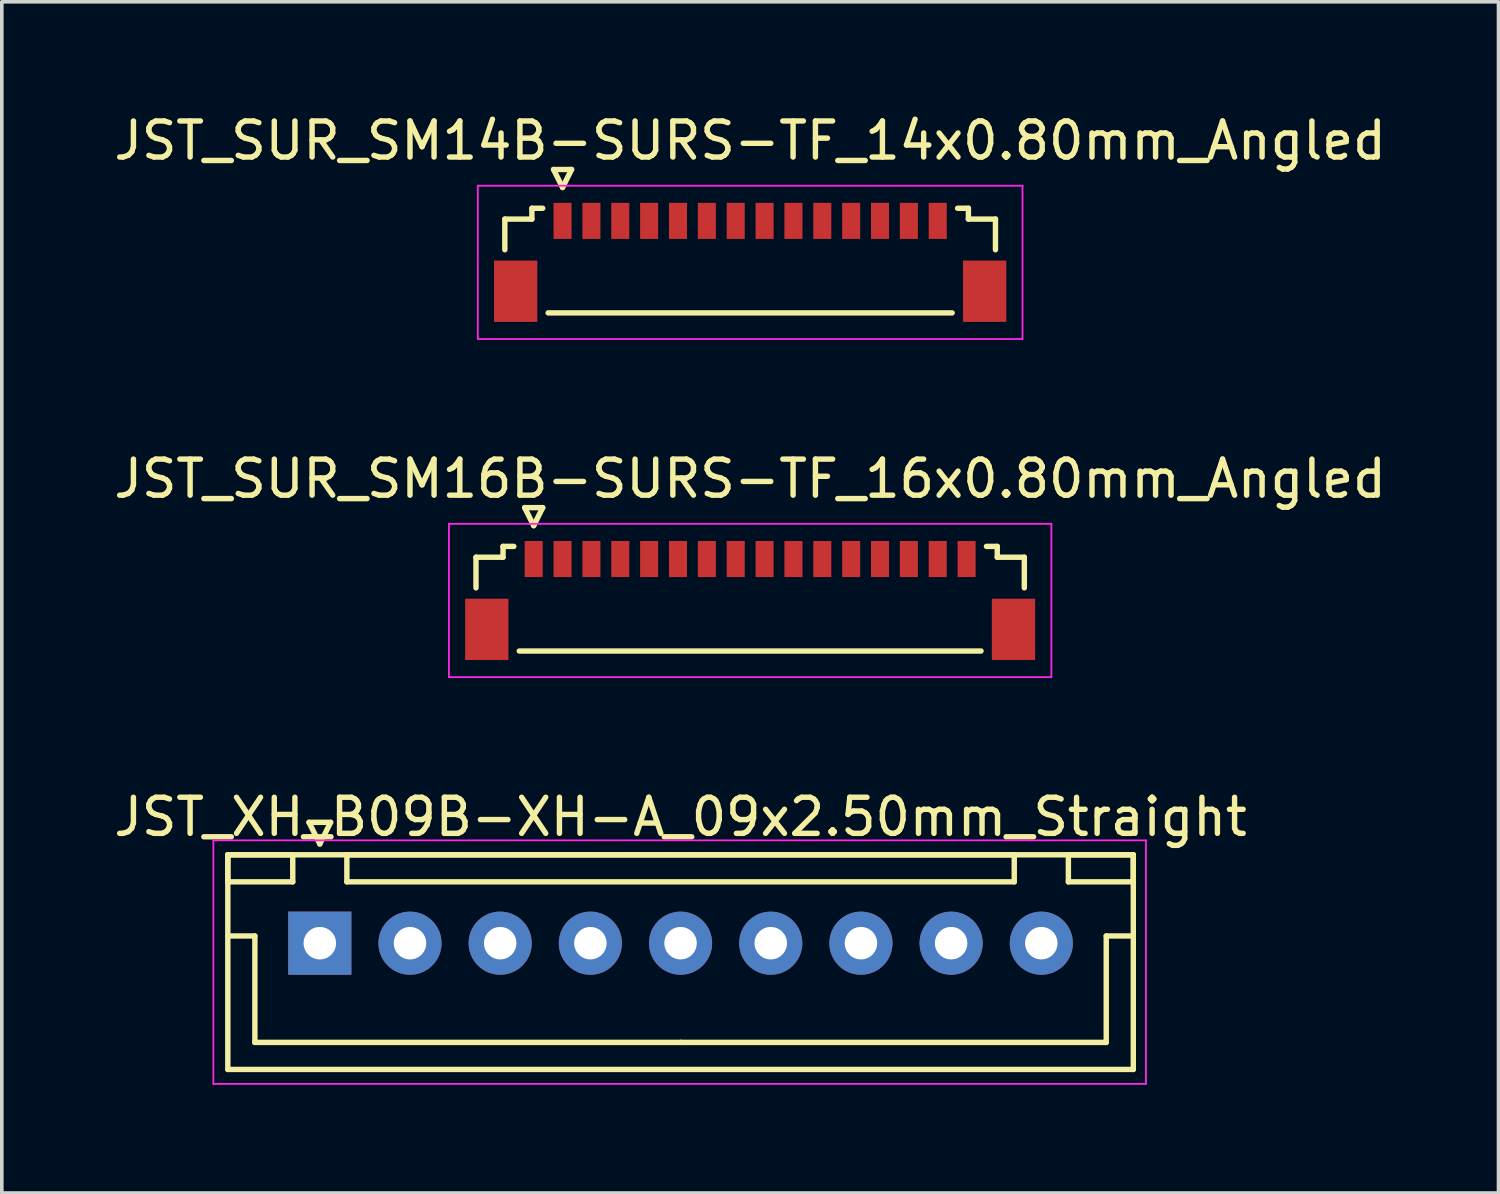
<source format=kicad_pcb>
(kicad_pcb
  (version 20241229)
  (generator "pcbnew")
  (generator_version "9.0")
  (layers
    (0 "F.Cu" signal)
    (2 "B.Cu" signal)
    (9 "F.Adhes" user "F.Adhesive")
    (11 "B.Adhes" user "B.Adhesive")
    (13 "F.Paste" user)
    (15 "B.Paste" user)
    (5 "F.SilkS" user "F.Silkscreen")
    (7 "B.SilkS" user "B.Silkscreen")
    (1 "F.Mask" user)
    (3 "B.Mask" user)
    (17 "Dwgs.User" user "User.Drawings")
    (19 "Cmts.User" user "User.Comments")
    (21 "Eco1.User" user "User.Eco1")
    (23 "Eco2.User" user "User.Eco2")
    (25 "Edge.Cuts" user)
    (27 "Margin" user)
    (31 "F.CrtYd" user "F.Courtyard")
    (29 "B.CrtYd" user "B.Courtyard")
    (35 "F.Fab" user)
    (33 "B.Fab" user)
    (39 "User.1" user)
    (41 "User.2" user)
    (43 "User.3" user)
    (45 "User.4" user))
  (footprint "JST_SUR_SM14B-SURS-TF_14x0.80mm_Angled"
    (layer "F.Cu")
    (at 17.744 4.048)
    (property "Reference" "JST_SUR_SM14B-SURS-TF_14x0.80mm_Angled" (at 0 -3.2 0) (layer "F.SilkS") (effects (font (size 1 1) (thickness 0.15))))
    (attr smd)
    (fp_line (start -6.8 -1.025) (end -6.8 -0.175) (stroke (width 0.15) (type solid)) (layer "F.SilkS"))
    (fp_line (start -6.05 -1.325) (end -6.05 -1.025) (stroke (width 0.15) (type solid)) (layer "F.SilkS"))
    (fp_line (start -6.05 -1.025) (end -6.8 -1.025) (stroke (width 0.15) (type solid)) (layer "F.SilkS"))
    (fp_line (start -5.75 -1.325) (end -6.05 -1.325) (stroke (width 0.15) (type solid)) (layer "F.SilkS"))
    (fp_line (start -5.6 1.575) (end 5.6 1.575) (stroke (width 0.15) (type solid)) (layer "F.SilkS"))
    (fp_line (start -5.45 -2.4) (end -4.95 -2.4) (stroke (width 0.15) (type solid)) (layer "F.SilkS"))
    (fp_line (start -5.2 -1.9) (end -5.45 -2.4) (stroke (width 0.15) (type solid)) (layer "F.SilkS"))
    (fp_line (start -4.95 -2.4) (end -5.2 -1.9) (stroke (width 0.15) (type solid)) (layer "F.SilkS"))
    (fp_line (start 5.75 -1.325) (end 6.05 -1.325) (stroke (width 0.15) (type solid)) (layer "F.SilkS"))
    (fp_line (start 6.05 -1.325) (end 6.05 -1.025) (stroke (width 0.15) (type solid)) (layer "F.SilkS"))
    (fp_line (start 6.05 -1.025) (end 6.8 -1.025) (stroke (width 0.15) (type solid)) (layer "F.SilkS"))
    (fp_line (start 6.8 -1.025) (end 6.8 -0.175) (stroke (width 0.15) (type solid)) (layer "F.SilkS"))
    (fp_line (start -7.55 -1.95) (end 7.55 -1.95) (stroke (width 0.05) (type solid)) (layer "F.CrtYd"))
    (fp_line (start -7.55 2.3) (end -7.55 -1.95) (stroke (width 0.05) (type solid)) (layer "F.CrtYd"))
    (fp_line (start 7.55 -1.95) (end 7.55 2.3) (stroke (width 0.05) (type solid)) (layer "F.CrtYd"))
    (fp_line (start 7.55 2.3) (end -7.55 2.3) (stroke (width 0.05) (type solid)) (layer "F.CrtYd"))
    (pad "" smd rect (at -6.5 0.975) (size 1.2 1.7) (layers "F.Cu" "F.Mask" "F.Paste"))
    (pad "" smd rect (at 6.5 0.975) (size 1.2 1.7) (layers "F.Cu" "F.Mask" "F.Paste"))
    (pad "1" smd rect (at -5.2 -0.975) (size 0.5 1) (layers "F.Cu" "F.Mask" "F.Paste"))
    (pad "2" smd rect (at -4.4 -0.975) (size 0.5 1) (layers "F.Cu" "F.Mask" "F.Paste"))
    (pad "3" smd rect (at -3.6 -0.975) (size 0.5 1) (layers "F.Cu" "F.Mask" "F.Paste"))
    (pad "4" smd rect (at -2.8 -0.975) (size 0.5 1) (layers "F.Cu" "F.Mask" "F.Paste"))
    (pad "5" smd rect (at -2 -0.975) (size 0.5 1) (layers "F.Cu" "F.Mask" "F.Paste"))
    (pad "6" smd rect (at -1.2 -0.975) (size 0.5 1) (layers "F.Cu" "F.Mask" "F.Paste"))
    (pad "7" smd rect (at -0.4 -0.975) (size 0.5 1) (layers "F.Cu" "F.Mask" "F.Paste"))
    (pad "8" smd rect (at 0.4 -0.975) (size 0.5 1) (layers "F.Cu" "F.Mask" "F.Paste"))
    (pad "9" smd rect (at 1.2 -0.975) (size 0.5 1) (layers "F.Cu" "F.Mask" "F.Paste"))
    (pad "10" smd rect (at 2 -0.975) (size 0.5 1) (layers "F.Cu" "F.Mask" "F.Paste"))
    (pad "11" smd rect (at 2.8 -0.975) (size 0.5 1) (layers "F.Cu" "F.Mask" "F.Paste"))
    (pad "12" smd rect (at 3.6 -0.975) (size 0.5 1) (layers "F.Cu" "F.Mask" "F.Paste"))
    (pad "13" smd rect (at 4.4 -0.975) (size 0.5 1) (layers "F.Cu" "F.Mask" "F.Paste"))
    (pad "14" smd rect (at 5.2 -0.975) (size 0.5 1) (layers "F.Cu" "F.Mask" "F.Paste")))
  (footprint "JST_XH_B09B-XH-A_09x2.50mm_Straight"
    (layer "F.Cu")
    (at 5.815 23.095)
    (property "Reference" "JST_XH_B09B-XH-A_09x2.50mm_Straight" (at 10 -3.5 0) (layer "F.SilkS") (effects (font (size 1 1) (thickness 0.15))))
    (attr through_hole)
    (fp_line (start -2.55 -2.45) (end -2.55 -1.7) (stroke (width 0.15) (type solid)) (layer "F.SilkS"))
    (fp_line (start -2.55 -2.45) (end -2.55 3.5) (stroke (width 0.15) (type solid)) (layer "F.SilkS"))
    (fp_line (start -2.55 -1.7) (end -0.75 -1.7) (stroke (width 0.15) (type solid)) (layer "F.SilkS"))
    (fp_line (start -2.55 -0.2) (end -1.8 -0.2) (stroke (width 0.15) (type solid)) (layer "F.SilkS"))
    (fp_line (start -2.55 3.5) (end 22.55 3.5) (stroke (width 0.15) (type solid)) (layer "F.SilkS"))
    (fp_line (start -1.8 -0.2) (end -1.8 2.75) (stroke (width 0.15) (type solid)) (layer "F.SilkS"))
    (fp_line (start -1.8 2.75) (end 10 2.75) (stroke (width 0.15) (type solid)) (layer "F.SilkS"))
    (fp_line (start -0.75 -2.45) (end -2.55 -2.45) (stroke (width 0.15) (type solid)) (layer "F.SilkS"))
    (fp_line (start -0.75 -1.7) (end -0.75 -2.45) (stroke (width 0.15) (type solid)) (layer "F.SilkS"))
    (fp_line (start -0.3 -3.35) (end 0.3 -3.35) (stroke (width 0.15) (type solid)) (layer "F.SilkS"))
    (fp_line (start 0 -2.75) (end -0.3 -3.35) (stroke (width 0.15) (type solid)) (layer "F.SilkS"))
    (fp_line (start 0.3 -3.35) (end 0 -2.75) (stroke (width 0.15) (type solid)) (layer "F.SilkS"))
    (fp_line (start 0.75 -2.45) (end 0.75 -1.7) (stroke (width 0.15) (type solid)) (layer "F.SilkS"))
    (fp_line (start 0.75 -1.7) (end 19.25 -1.7) (stroke (width 0.15) (type solid)) (layer "F.SilkS"))
    (fp_line (start 19.25 -2.45) (end 0.75 -2.45) (stroke (width 0.15) (type solid)) (layer "F.SilkS"))
    (fp_line (start 19.25 -1.7) (end 19.25 -2.45) (stroke (width 0.15) (type solid)) (layer "F.SilkS"))
    (fp_line (start 20.75 -2.45) (end 20.75 -1.7) (stroke (width 0.15) (type solid)) (layer "F.SilkS"))
    (fp_line (start 20.75 -1.7) (end 22.55 -1.7) (stroke (width 0.15) (type solid)) (layer "F.SilkS"))
    (fp_line (start 21.8 -0.2) (end 21.8 2.75) (stroke (width 0.15) (type solid)) (layer "F.SilkS"))
    (fp_line (start 21.8 2.75) (end 10 2.75) (stroke (width 0.15) (type solid)) (layer "F.SilkS"))
    (fp_line (start 22.55 -2.45) (end -2.55 -2.45) (stroke (width 0.15) (type solid)) (layer "F.SilkS"))
    (fp_line (start 22.55 -2.45) (end 20.75 -2.45) (stroke (width 0.15) (type solid)) (layer "F.SilkS"))
    (fp_line (start 22.55 -1.7) (end 22.55 -2.45) (stroke (width 0.15) (type solid)) (layer "F.SilkS"))
    (fp_line (start 22.55 -0.2) (end 21.8 -0.2) (stroke (width 0.15) (type solid)) (layer "F.SilkS"))
    (fp_line (start 22.55 3.5) (end 22.55 -2.45) (stroke (width 0.15) (type solid)) (layer "F.SilkS"))
    (fp_line (start -2.95 -2.85) (end -2.95 3.9) (stroke (width 0.05) (type solid)) (layer "F.CrtYd"))
    (fp_line (start -2.95 3.9) (end 22.9 3.9) (stroke (width 0.05) (type solid)) (layer "F.CrtYd"))
    (fp_line (start 22.9 -2.85) (end -2.95 -2.85) (stroke (width 0.05) (type solid)) (layer "F.CrtYd"))
    (fp_line (start 22.9 3.9) (end 22.9 -2.85) (stroke (width 0.05) (type solid)) (layer "F.CrtYd"))
    (pad "1" thru_hole rect (at 0 0) (size 1.75 1.75) (drill 0.9) (layers "*.Cu" "*.Mask"))
    (pad "2" thru_hole circle (at 2.5 0) (size 1.75 1.75) (drill 0.9) (layers "*.Cu" "*.Mask"))
    (pad "3" thru_hole circle (at 5 0) (size 1.75 1.75) (drill 0.9) (layers "*.Cu" "*.Mask"))
    (pad "4" thru_hole circle (at 7.5 0) (size 1.75 1.75) (drill 0.9) (layers "*.Cu" "*.Mask"))
    (pad "5" thru_hole circle (at 10 0) (size 1.75 1.75) (drill 0.9) (layers "*.Cu" "*.Mask"))
    (pad "6" thru_hole circle (at 12.5 0) (size 1.75 1.75) (drill 0.9) (layers "*.Cu" "*.Mask"))
    (pad "7" thru_hole circle (at 15 0) (size 1.75 1.75) (drill 0.9) (layers "*.Cu" "*.Mask"))
    (pad "8" thru_hole circle (at 17.5 0) (size 1.75 1.75) (drill 0.9) (layers "*.Cu" "*.Mask"))
    (pad "9" thru_hole circle (at 20 0) (size 1.75 1.75) (drill 0.9) (layers "*.Cu" "*.Mask")))
  (footprint "JST_SUR_SM16B-SURS-TF_16x0.80mm_Angled"
    (layer "F.Cu")
    (at 17.744 13.421)
    (property "Reference" "JST_SUR_SM16B-SURS-TF_16x0.80mm_Angled" (at 0 -3.2 0) (layer "F.SilkS") (effects (font (size 1 1) (thickness 0.15))))
    (attr smd)
    (fp_line (start -7.6 -1.025) (end -7.6 -0.175) (stroke (width 0.15) (type solid)) (layer "F.SilkS"))
    (fp_line (start -6.85 -1.325) (end -6.85 -1.025) (stroke (width 0.15) (type solid)) (layer "F.SilkS"))
    (fp_line (start -6.85 -1.025) (end -7.6 -1.025) (stroke (width 0.15) (type solid)) (layer "F.SilkS"))
    (fp_line (start -6.55 -1.325) (end -6.85 -1.325) (stroke (width 0.15) (type solid)) (layer "F.SilkS"))
    (fp_line (start -6.4 1.575) (end 6.4 1.575) (stroke (width 0.15) (type solid)) (layer "F.SilkS"))
    (fp_line (start -6.25 -2.4) (end -5.75 -2.4) (stroke (width 0.15) (type solid)) (layer "F.SilkS"))
    (fp_line (start -6 -1.9) (end -6.25 -2.4) (stroke (width 0.15) (type solid)) (layer "F.SilkS"))
    (fp_line (start -5.75 -2.4) (end -6 -1.9) (stroke (width 0.15) (type solid)) (layer "F.SilkS"))
    (fp_line (start 6.55 -1.325) (end 6.85 -1.325) (stroke (width 0.15) (type solid)) (layer "F.SilkS"))
    (fp_line (start 6.85 -1.325) (end 6.85 -1.025) (stroke (width 0.15) (type solid)) (layer "F.SilkS"))
    (fp_line (start 6.85 -1.025) (end 7.6 -1.025) (stroke (width 0.15) (type solid)) (layer "F.SilkS"))
    (fp_line (start 7.6 -1.025) (end 7.6 -0.175) (stroke (width 0.15) (type solid)) (layer "F.SilkS"))
    (fp_line (start -8.35 -1.95) (end 8.35 -1.95) (stroke (width 0.05) (type solid)) (layer "F.CrtYd"))
    (fp_line (start -8.35 2.3) (end -8.35 -1.95) (stroke (width 0.05) (type solid)) (layer "F.CrtYd"))
    (fp_line (start 8.35 -1.95) (end 8.35 2.3) (stroke (width 0.05) (type solid)) (layer "F.CrtYd"))
    (fp_line (start 8.35 2.3) (end -8.35 2.3) (stroke (width 0.05) (type solid)) (layer "F.CrtYd"))
    (pad "" smd rect (at -7.3 0.975) (size 1.2 1.7) (layers "F.Cu" "F.Mask" "F.Paste"))
    (pad "" smd rect (at 7.3 0.975) (size 1.2 1.7) (layers "F.Cu" "F.Mask" "F.Paste"))
    (pad "1" smd rect (at -6 -0.975) (size 0.5 1) (layers "F.Cu" "F.Mask" "F.Paste"))
    (pad "2" smd rect (at -5.2 -0.975) (size 0.5 1) (layers "F.Cu" "F.Mask" "F.Paste"))
    (pad "3" smd rect (at -4.4 -0.975) (size 0.5 1) (layers "F.Cu" "F.Mask" "F.Paste"))
    (pad "4" smd rect (at -3.6 -0.975) (size 0.5 1) (layers "F.Cu" "F.Mask" "F.Paste"))
    (pad "5" smd rect (at -2.8 -0.975) (size 0.5 1) (layers "F.Cu" "F.Mask" "F.Paste"))
    (pad "6" smd rect (at -2 -0.975) (size 0.5 1) (layers "F.Cu" "F.Mask" "F.Paste"))
    (pad "7" smd rect (at -1.2 -0.975) (size 0.5 1) (layers "F.Cu" "F.Mask" "F.Paste"))
    (pad "8" smd rect (at -0.4 -0.975) (size 0.5 1) (layers "F.Cu" "F.Mask" "F.Paste"))
    (pad "9" smd rect (at 0.4 -0.975) (size 0.5 1) (layers "F.Cu" "F.Mask" "F.Paste"))
    (pad "10" smd rect (at 1.2 -0.975) (size 0.5 1) (layers "F.Cu" "F.Mask" "F.Paste"))
    (pad "11" smd rect (at 2 -0.975) (size 0.5 1) (layers "F.Cu" "F.Mask" "F.Paste"))
    (pad "12" smd rect (at 2.8 -0.975) (size 0.5 1) (layers "F.Cu" "F.Mask" "F.Paste"))
    (pad "13" smd rect (at 3.6 -0.975) (size 0.5 1) (layers "F.Cu" "F.Mask" "F.Paste"))
    (pad "14" smd rect (at 4.4 -0.975) (size 0.5 1) (layers "F.Cu" "F.Mask" "F.Paste"))
    (pad "15" smd rect (at 5.2 -0.975) (size 0.5 1) (layers "F.Cu" "F.Mask" "F.Paste"))
    (pad "16" smd rect (at 6 -0.975) (size 0.5 1) (layers "F.Cu" "F.Mask" "F.Paste")))
  (gr_rect
    (start -3 -3)
    (end 38.488 30.02)
    (stroke (width 0.1) (type default))
    (fill no)
    (layer "Edge.Cuts")))
</source>
